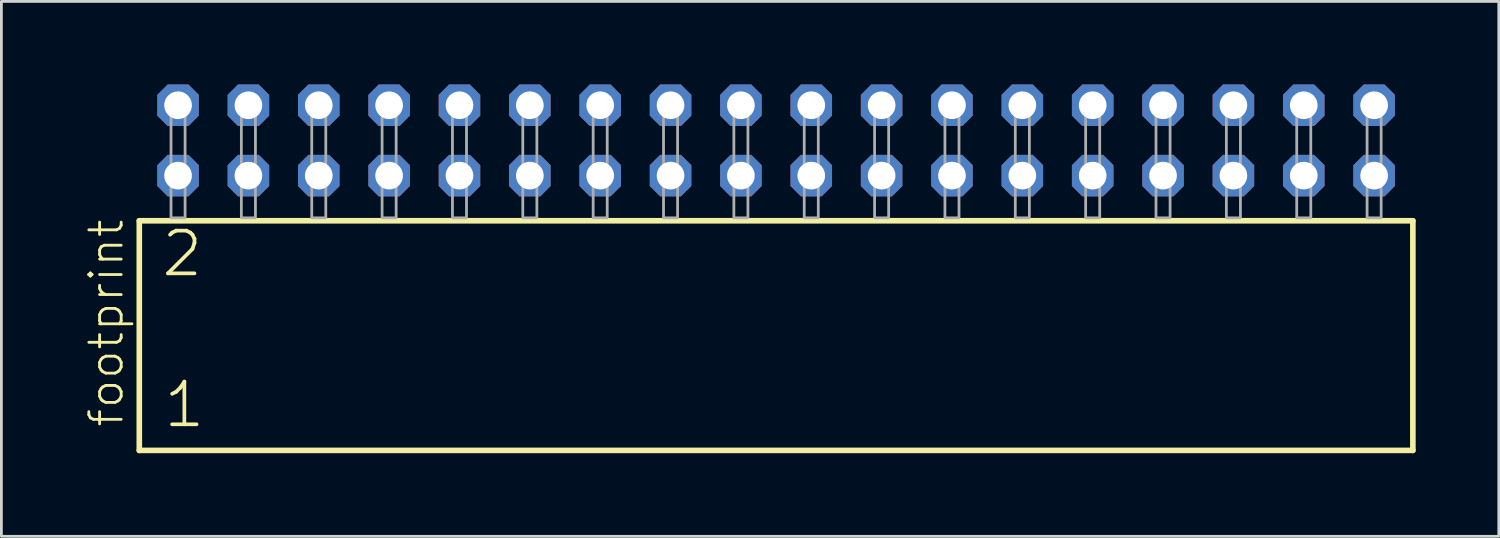
<source format=kicad_pcb>
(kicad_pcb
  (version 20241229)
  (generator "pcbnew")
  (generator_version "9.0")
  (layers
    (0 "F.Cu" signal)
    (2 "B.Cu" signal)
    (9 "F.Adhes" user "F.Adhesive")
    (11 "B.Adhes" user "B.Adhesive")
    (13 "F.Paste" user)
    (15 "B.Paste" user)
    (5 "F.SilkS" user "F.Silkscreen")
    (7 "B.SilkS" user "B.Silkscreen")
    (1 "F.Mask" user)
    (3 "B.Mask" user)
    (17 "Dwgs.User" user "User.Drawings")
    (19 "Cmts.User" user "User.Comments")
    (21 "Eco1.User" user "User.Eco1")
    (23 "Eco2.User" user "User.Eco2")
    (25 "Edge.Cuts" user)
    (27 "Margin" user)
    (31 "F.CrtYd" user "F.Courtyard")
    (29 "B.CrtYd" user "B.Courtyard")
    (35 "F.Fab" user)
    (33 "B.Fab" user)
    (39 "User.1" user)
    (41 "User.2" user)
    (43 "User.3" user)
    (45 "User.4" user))
  (footprint "footprint"
    (layer "F.Cu")
    (at 24.968 4.814)
    (property "Reference" "footprint" (at -23.495 7.62 90) (layer "F.SilkS") (effects (font (size 1.168 1.168) (thickness 0.102)) (justify left bottom)))
    (fp_line (start -22.989 0.106) (end -22.989 8.396) (stroke (width 0.203) (type solid)) (layer "F.SilkS"))
    (fp_line (start -22.989 8.396) (end 22.989 8.396) (stroke (width 0.203) (type solid)) (layer "F.SilkS"))
    (fp_line (start 22.989 0.106) (end -22.989 0.106) (stroke (width 0.203) (type solid)) (layer "F.SilkS"))
    (fp_line (start 22.989 8.396) (end 22.989 0.106) (stroke (width 0.203) (type solid)) (layer "F.SilkS"))
    (fp_poly (pts (xy -21.844 0) (xy -21.336 0) (xy -21.336 -4.318) (xy -21.844 -4.318)) (stroke (width 0.1) (type solid)) (fill no) (layer "F.Fab"))
    (fp_poly (pts (xy -19.304 0) (xy -18.796 0) (xy -18.796 -4.318) (xy -19.304 -4.318)) (stroke (width 0.1) (type solid)) (fill no) (layer "F.Fab"))
    (fp_poly (pts (xy -16.764 0) (xy -16.256 0) (xy -16.256 -4.318) (xy -16.764 -4.318)) (stroke (width 0.1) (type solid)) (fill no) (layer "F.Fab"))
    (fp_poly (pts (xy -14.224 0) (xy -13.716 0) (xy -13.716 -4.318) (xy -14.224 -4.318)) (stroke (width 0.1) (type solid)) (fill no) (layer "F.Fab"))
    (fp_poly (pts (xy -11.684 0) (xy -11.176 0) (xy -11.176 -4.318) (xy -11.684 -4.318)) (stroke (width 0.1) (type solid)) (fill no) (layer "F.Fab"))
    (fp_poly (pts (xy -9.144 0) (xy -8.636 0) (xy -8.636 -4.318) (xy -9.144 -4.318)) (stroke (width 0.1) (type solid)) (fill no) (layer "F.Fab"))
    (fp_poly (pts (xy -6.604 0) (xy -6.096 0) (xy -6.096 -4.318) (xy -6.604 -4.318)) (stroke (width 0.1) (type solid)) (fill no) (layer "F.Fab"))
    (fp_poly (pts (xy -4.064 0) (xy -3.556 0) (xy -3.556 -4.318) (xy -4.064 -4.318)) (stroke (width 0.1) (type solid)) (fill no) (layer "F.Fab"))
    (fp_poly (pts (xy -1.524 0) (xy -1.016 0) (xy -1.016 -4.318) (xy -1.524 -4.318)) (stroke (width 0.1) (type solid)) (fill no) (layer "F.Fab"))
    (fp_poly (pts (xy 1.016 0) (xy 1.524 0) (xy 1.524 -4.318) (xy 1.016 -4.318)) (stroke (width 0.1) (type solid)) (fill no) (layer "F.Fab"))
    (fp_poly (pts (xy 3.556 0) (xy 4.064 0) (xy 4.064 -4.318) (xy 3.556 -4.318)) (stroke (width 0.1) (type solid)) (fill no) (layer "F.Fab"))
    (fp_poly (pts (xy 6.096 0) (xy 6.604 0) (xy 6.604 -4.318) (xy 6.096 -4.318)) (stroke (width 0.1) (type solid)) (fill no) (layer "F.Fab"))
    (fp_poly (pts (xy 8.636 0) (xy 9.144 0) (xy 9.144 -4.318) (xy 8.636 -4.318)) (stroke (width 0.1) (type solid)) (fill no) (layer "F.Fab"))
    (fp_poly (pts (xy 11.176 0) (xy 11.684 0) (xy 11.684 -4.318) (xy 11.176 -4.318)) (stroke (width 0.1) (type solid)) (fill no) (layer "F.Fab"))
    (fp_poly (pts (xy 13.716 0) (xy 14.224 0) (xy 14.224 -4.318) (xy 13.716 -4.318)) (stroke (width 0.1) (type solid)) (fill no) (layer "F.Fab"))
    (fp_poly (pts (xy 16.256 0) (xy 16.764 0) (xy 16.764 -4.318) (xy 16.256 -4.318)) (stroke (width 0.1) (type solid)) (fill no) (layer "F.Fab"))
    (fp_poly (pts (xy 18.796 0) (xy 19.304 0) (xy 19.304 -4.318) (xy 18.796 -4.318)) (stroke (width 0.1) (type solid)) (fill no) (layer "F.Fab"))
    (fp_poly (pts (xy 21.336 0) (xy 21.844 0) (xy 21.844 -4.318) (xy 21.336 -4.318)) (stroke (width 0.1) (type solid)) (fill no) (layer "F.Fab"))
    (fp_text user "1" (at -22.185 7.65 0) (layer "F.SilkS") (effects (font (size 1.542 1.542) (thickness 0.134)) (justify left bottom)))
    (fp_text user "2" (at -22.26 2.2 0) (layer "F.SilkS") (effects (font (size 1.542 1.542) (thickness 0.134)) (justify left bottom)))
    (pad "1" thru_hole roundrect (at -21.59 -1.524) (size 1.5 1.5) (drill 1) (layers "*.Cu" "*.Mask") (roundrect_rratio 0.25) (chamfer_ratio 0.25) (chamfer top_left top_right bottom_left bottom_right))
    (pad "2" thru_hole roundrect (at -21.59 -4.064) (size 1.5 1.5) (drill 1) (layers "*.Cu" "*.Mask") (roundrect_rratio 0.25) (chamfer_ratio 0.25) (chamfer top_left top_right bottom_left bottom_right))
    (pad "3" thru_hole roundrect (at -19.05 -1.524) (size 1.5 1.5) (drill 1) (layers "*.Cu" "*.Mask") (roundrect_rratio 0.25) (chamfer_ratio 0.25) (chamfer top_left top_right bottom_left bottom_right))
    (pad "4" thru_hole roundrect (at -19.05 -4.064) (size 1.5 1.5) (drill 1) (layers "*.Cu" "*.Mask") (roundrect_rratio 0.25) (chamfer_ratio 0.25) (chamfer top_left top_right bottom_left bottom_right))
    (pad "5" thru_hole roundrect (at -16.51 -1.524) (size 1.5 1.5) (drill 1) (layers "*.Cu" "*.Mask") (roundrect_rratio 0.25) (chamfer_ratio 0.25) (chamfer top_left top_right bottom_left bottom_right))
    (pad "6" thru_hole roundrect (at -16.51 -4.064) (size 1.5 1.5) (drill 1) (layers "*.Cu" "*.Mask") (roundrect_rratio 0.25) (chamfer_ratio 0.25) (chamfer top_left top_right bottom_left bottom_right))
    (pad "7" thru_hole roundrect (at -13.97 -1.524) (size 1.5 1.5) (drill 1) (layers "*.Cu" "*.Mask") (roundrect_rratio 0.25) (chamfer_ratio 0.25) (chamfer top_left top_right bottom_left bottom_right))
    (pad "8" thru_hole roundrect (at -13.97 -4.064) (size 1.5 1.5) (drill 1) (layers "*.Cu" "*.Mask") (roundrect_rratio 0.25) (chamfer_ratio 0.25) (chamfer top_left top_right bottom_left bottom_right))
    (pad "9" thru_hole roundrect (at -11.43 -1.524) (size 1.5 1.5) (drill 1) (layers "*.Cu" "*.Mask") (roundrect_rratio 0.25) (chamfer_ratio 0.25) (chamfer top_left top_right bottom_left bottom_right))
    (pad "10" thru_hole roundrect (at -11.43 -4.064) (size 1.5 1.5) (drill 1) (layers "*.Cu" "*.Mask") (roundrect_rratio 0.25) (chamfer_ratio 0.25) (chamfer top_left top_right bottom_left bottom_right))
    (pad "11" thru_hole roundrect (at -8.89 -1.524) (size 1.5 1.5) (drill 1) (layers "*.Cu" "*.Mask") (roundrect_rratio 0.25) (chamfer_ratio 0.25) (chamfer top_left top_right bottom_left bottom_right))
    (pad "12" thru_hole roundrect (at -8.89 -4.064) (size 1.5 1.5) (drill 1) (layers "*.Cu" "*.Mask") (roundrect_rratio 0.25) (chamfer_ratio 0.25) (chamfer top_left top_right bottom_left bottom_right))
    (pad "13" thru_hole roundrect (at -6.35 -1.524) (size 1.5 1.5) (drill 1) (layers "*.Cu" "*.Mask") (roundrect_rratio 0.25) (chamfer_ratio 0.25) (chamfer top_left top_right bottom_left bottom_right))
    (pad "14" thru_hole roundrect (at -6.35 -4.064) (size 1.5 1.5) (drill 1) (layers "*.Cu" "*.Mask") (roundrect_rratio 0.25) (chamfer_ratio 0.25) (chamfer top_left top_right bottom_left bottom_right))
    (pad "15" thru_hole roundrect (at -3.81 -1.524) (size 1.5 1.5) (drill 1) (layers "*.Cu" "*.Mask") (roundrect_rratio 0.25) (chamfer_ratio 0.25) (chamfer top_left top_right bottom_left bottom_right))
    (pad "16" thru_hole roundrect (at -3.81 -4.064) (size 1.5 1.5) (drill 1) (layers "*.Cu" "*.Mask") (roundrect_rratio 0.25) (chamfer_ratio 0.25) (chamfer top_left top_right bottom_left bottom_right))
    (pad "17" thru_hole roundrect (at -1.27 -1.524) (size 1.5 1.5) (drill 1) (layers "*.Cu" "*.Mask") (roundrect_rratio 0.25) (chamfer_ratio 0.25) (chamfer top_left top_right bottom_left bottom_right))
    (pad "18" thru_hole roundrect (at -1.27 -4.064) (size 1.5 1.5) (drill 1) (layers "*.Cu" "*.Mask") (roundrect_rratio 0.25) (chamfer_ratio 0.25) (chamfer top_left top_right bottom_left bottom_right))
    (pad "19" thru_hole roundrect (at 1.27 -1.524) (size 1.5 1.5) (drill 1) (layers "*.Cu" "*.Mask") (roundrect_rratio 0.25) (chamfer_ratio 0.25) (chamfer top_left top_right bottom_left bottom_right))
    (pad "20" thru_hole roundrect (at 1.27 -4.064) (size 1.5 1.5) (drill 1) (layers "*.Cu" "*.Mask") (roundrect_rratio 0.25) (chamfer_ratio 0.25) (chamfer top_left top_right bottom_left bottom_right))
    (pad "21" thru_hole roundrect (at 3.81 -1.524) (size 1.5 1.5) (drill 1) (layers "*.Cu" "*.Mask") (roundrect_rratio 0.25) (chamfer_ratio 0.25) (chamfer top_left top_right bottom_left bottom_right))
    (pad "22" thru_hole roundrect (at 3.81 -4.064) (size 1.5 1.5) (drill 1) (layers "*.Cu" "*.Mask") (roundrect_rratio 0.25) (chamfer_ratio 0.25) (chamfer top_left top_right bottom_left bottom_right))
    (pad "23" thru_hole roundrect (at 6.35 -1.524) (size 1.5 1.5) (drill 1) (layers "*.Cu" "*.Mask") (roundrect_rratio 0.25) (chamfer_ratio 0.25) (chamfer top_left top_right bottom_left bottom_right))
    (pad "24" thru_hole roundrect (at 6.35 -4.064) (size 1.5 1.5) (drill 1) (layers "*.Cu" "*.Mask") (roundrect_rratio 0.25) (chamfer_ratio 0.25) (chamfer top_left top_right bottom_left bottom_right))
    (pad "25" thru_hole roundrect (at 8.89 -1.524) (size 1.5 1.5) (drill 1) (layers "*.Cu" "*.Mask") (roundrect_rratio 0.25) (chamfer_ratio 0.25) (chamfer top_left top_right bottom_left bottom_right))
    (pad "26" thru_hole roundrect (at 8.89 -4.064) (size 1.5 1.5) (drill 1) (layers "*.Cu" "*.Mask") (roundrect_rratio 0.25) (chamfer_ratio 0.25) (chamfer top_left top_right bottom_left bottom_right))
    (pad "27" thru_hole roundrect (at 11.43 -1.524) (size 1.5 1.5) (drill 1) (layers "*.Cu" "*.Mask") (roundrect_rratio 0.25) (chamfer_ratio 0.25) (chamfer top_left top_right bottom_left bottom_right))
    (pad "28" thru_hole roundrect (at 11.43 -4.064) (size 1.5 1.5) (drill 1) (layers "*.Cu" "*.Mask") (roundrect_rratio 0.25) (chamfer_ratio 0.25) (chamfer top_left top_right bottom_left bottom_right))
    (pad "29" thru_hole roundrect (at 13.97 -1.524) (size 1.5 1.5) (drill 1) (layers "*.Cu" "*.Mask") (roundrect_rratio 0.25) (chamfer_ratio 0.25) (chamfer top_left top_right bottom_left bottom_right))
    (pad "30" thru_hole roundrect (at 13.97 -4.064) (size 1.5 1.5) (drill 1) (layers "*.Cu" "*.Mask") (roundrect_rratio 0.25) (chamfer_ratio 0.25) (chamfer top_left top_right bottom_left bottom_right))
    (pad "31" thru_hole roundrect (at 16.51 -1.524) (size 1.5 1.5) (drill 1) (layers "*.Cu" "*.Mask") (roundrect_rratio 0.25) (chamfer_ratio 0.25) (chamfer top_left top_right bottom_left bottom_right))
    (pad "32" thru_hole roundrect (at 16.51 -4.064) (size 1.5 1.5) (drill 1) (layers "*.Cu" "*.Mask") (roundrect_rratio 0.25) (chamfer_ratio 0.25) (chamfer top_left top_right bottom_left bottom_right))
    (pad "33" thru_hole roundrect (at 19.05 -1.524) (size 1.5 1.5) (drill 1) (layers "*.Cu" "*.Mask") (roundrect_rratio 0.25) (chamfer_ratio 0.25) (chamfer top_left top_right bottom_left bottom_right))
    (pad "34" thru_hole roundrect (at 19.05 -4.064) (size 1.5 1.5) (drill 1) (layers "*.Cu" "*.Mask") (roundrect_rratio 0.25) (chamfer_ratio 0.25) (chamfer top_left top_right bottom_left bottom_right))
    (pad "35" thru_hole roundrect (at 21.59 -1.524) (size 1.5 1.5) (drill 1) (layers "*.Cu" "*.Mask") (roundrect_rratio 0.25) (chamfer_ratio 0.25) (chamfer top_left top_right bottom_left bottom_right))
    (pad "36" thru_hole roundrect (at 21.59 -4.064) (size 1.5 1.5) (drill 1) (layers "*.Cu" "*.Mask") (roundrect_rratio 0.25) (chamfer_ratio 0.25) (chamfer top_left top_right bottom_left bottom_right)))
  (gr_rect
    (start -3 -3)
    (end 51.059 16.312)
    (stroke (width 0.1) (type default))
    (fill no)
    (layer "Edge.Cuts")))
</source>
